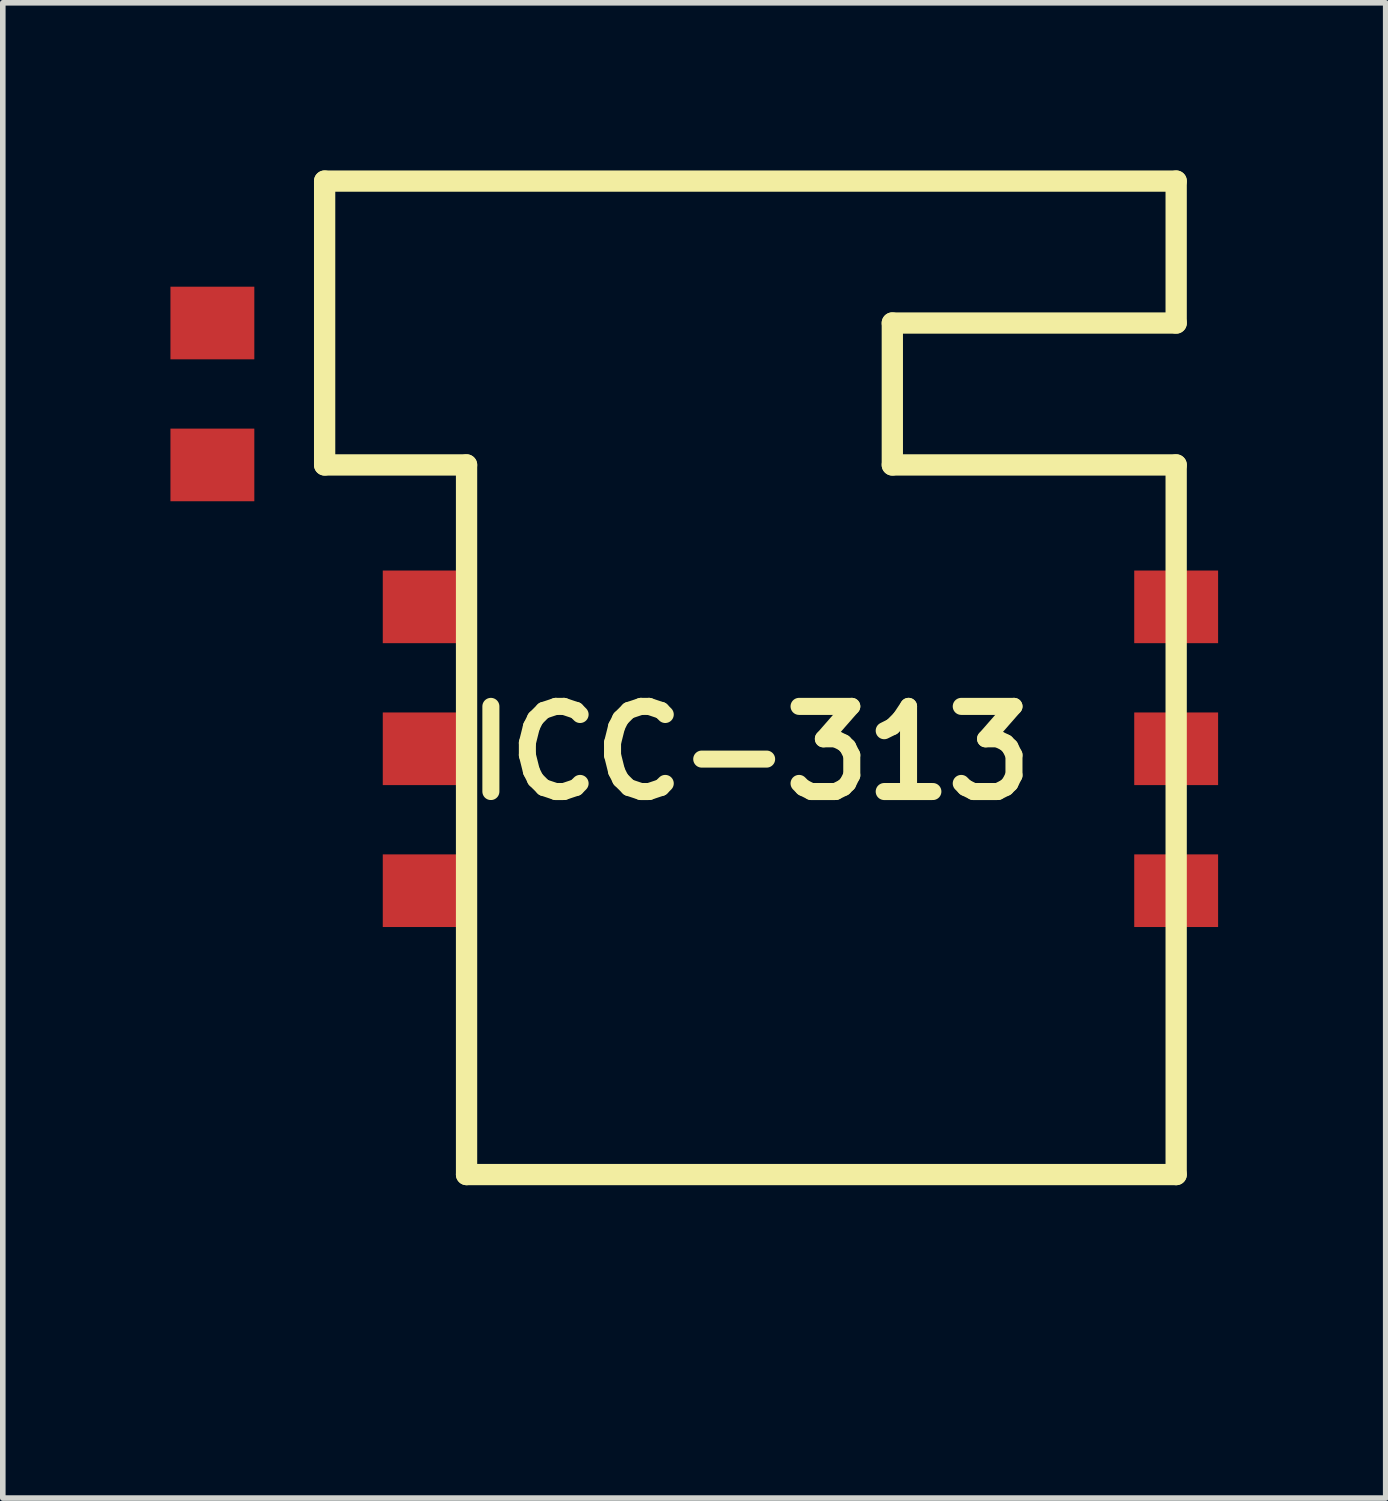
<source format=kicad_pcb>
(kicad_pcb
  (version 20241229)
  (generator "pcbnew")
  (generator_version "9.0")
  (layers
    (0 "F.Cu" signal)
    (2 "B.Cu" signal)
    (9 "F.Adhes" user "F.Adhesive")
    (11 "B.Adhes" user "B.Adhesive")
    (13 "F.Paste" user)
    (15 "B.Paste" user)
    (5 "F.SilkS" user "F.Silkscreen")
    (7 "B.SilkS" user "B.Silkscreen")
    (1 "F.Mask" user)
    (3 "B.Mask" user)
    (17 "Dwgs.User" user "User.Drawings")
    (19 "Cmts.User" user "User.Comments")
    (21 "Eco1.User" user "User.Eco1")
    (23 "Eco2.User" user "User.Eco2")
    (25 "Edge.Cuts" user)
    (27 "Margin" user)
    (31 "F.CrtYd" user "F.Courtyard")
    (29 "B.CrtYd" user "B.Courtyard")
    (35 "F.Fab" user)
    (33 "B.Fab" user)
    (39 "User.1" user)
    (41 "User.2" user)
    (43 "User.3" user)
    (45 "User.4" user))
  (footprint "ICC-313"
    (layer "F.Cu")
    (at 10.38 20.511)
    (property "Reference" "ICC-313" (at 0 -10.084 0) (layer "F.SilkS") (effects (font (size 1.524 1.524) (thickness 0.305))))
    (attr through_hole)
    (fp_line (start -7.62 -20.32) (end -7.62 -15.24) (stroke (width 0.381) (type solid)) (layer "F.SilkS"))
    (fp_line (start -7.62 -15.24) (end -5.08 -15.24) (stroke (width 0.381) (type solid)) (layer "F.SilkS"))
    (fp_line (start -5.08 -15.24) (end -5.08 -2.54) (stroke (width 0.381) (type solid)) (layer "F.SilkS"))
    (fp_line (start -5.08 -2.54) (end 7.62 -2.54) (stroke (width 0.381) (type solid)) (layer "F.SilkS"))
    (fp_line (start 2.54 -17.78) (end 7.62 -17.78) (stroke (width 0.381) (type solid)) (layer "F.SilkS"))
    (fp_line (start 2.54 -15.24) (end 2.54 -17.78) (stroke (width 0.381) (type solid)) (layer "F.SilkS"))
    (fp_line (start 7.62 -20.32) (end -7.62 -20.32) (stroke (width 0.381) (type solid)) (layer "F.SilkS"))
    (fp_line (start 7.62 -17.78) (end 7.62 -20.32) (stroke (width 0.381) (type solid)) (layer "F.SilkS"))
    (fp_line (start 7.62 -15.24) (end 2.54 -15.24) (stroke (width 0.381) (type solid)) (layer "F.SilkS"))
    (fp_line (start 7.62 -2.54) (end 7.62 -15.24) (stroke (width 0.381) (type solid)) (layer "F.SilkS"))
    (pad "1" smd rect (at -5.829 -7.62) (size 1.501 1.3) (layers "F.Cu" "F.Mask" "F.Paste"))
    (pad "2" smd rect (at -5.829 -10.16) (size 1.501 1.3) (layers "F.Cu" "F.Mask" "F.Paste"))
    (pad "3" smd rect (at -5.829 -12.7) (size 1.501 1.3) (layers "F.Cu" "F.Mask" "F.Paste"))
    (pad "4" smd rect (at -9.629 -15.24) (size 1.501 1.3) (layers "F.Cu" "F.Mask" "F.Paste"))
    (pad "5" smd rect (at 7.62 -7.62) (size 1.501 1.3) (layers "F.Cu" "F.Mask" "F.Paste"))
    (pad "6" smd rect (at 7.62 -10.16) (size 1.501 1.3) (layers "F.Cu" "F.Mask" "F.Paste"))
    (pad "7" smd rect (at 7.62 -12.7) (size 1.501 1.3) (layers "F.Cu" "F.Mask" "F.Paste"))
    (pad "8" smd rect (at -9.629 -17.78) (size 1.501 1.3) (layers "F.Cu" "F.Mask" "F.Paste")))
  (gr_rect
    (start -3 -3)
    (end 21.75 23.761)
    (stroke (width 0.1) (type default))
    (fill no)
    (layer "Edge.Cuts")))
</source>
